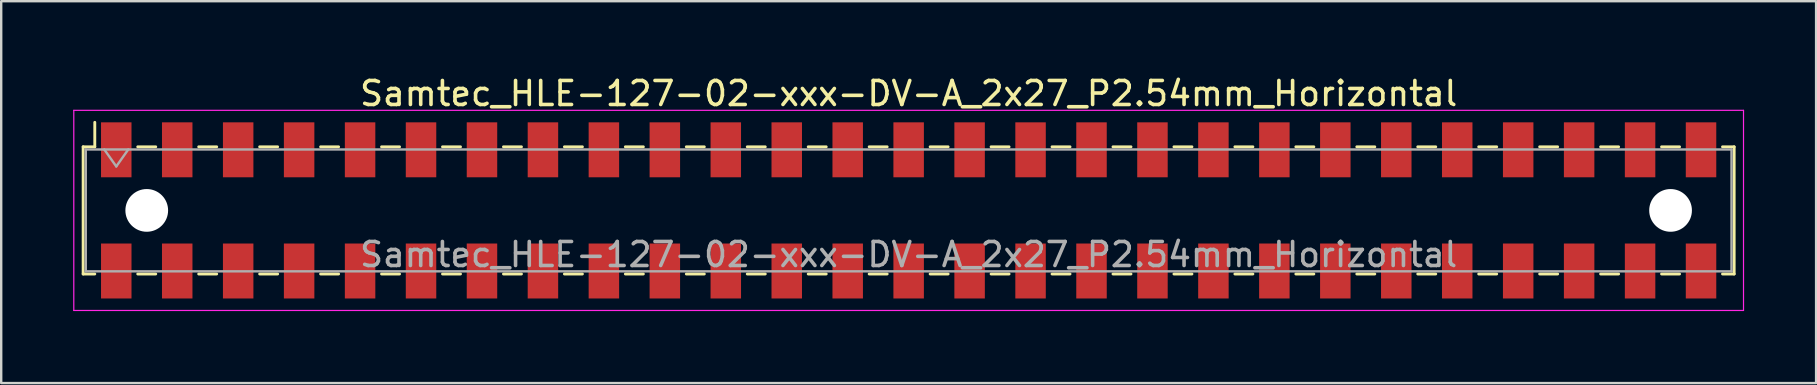
<source format=kicad_pcb>
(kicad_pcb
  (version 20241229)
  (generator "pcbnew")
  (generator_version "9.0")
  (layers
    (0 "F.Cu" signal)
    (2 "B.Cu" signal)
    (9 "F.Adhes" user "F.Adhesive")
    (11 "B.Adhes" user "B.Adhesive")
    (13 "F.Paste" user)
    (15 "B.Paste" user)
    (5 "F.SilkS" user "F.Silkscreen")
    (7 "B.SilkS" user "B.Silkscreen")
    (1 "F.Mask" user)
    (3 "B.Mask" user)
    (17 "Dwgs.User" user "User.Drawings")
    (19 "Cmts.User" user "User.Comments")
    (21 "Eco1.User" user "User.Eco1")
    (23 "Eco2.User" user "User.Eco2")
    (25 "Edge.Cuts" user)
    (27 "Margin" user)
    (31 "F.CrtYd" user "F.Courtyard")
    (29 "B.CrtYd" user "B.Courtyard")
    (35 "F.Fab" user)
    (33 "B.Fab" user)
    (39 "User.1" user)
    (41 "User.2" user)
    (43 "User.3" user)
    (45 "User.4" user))
  (footprint "Samtec_HLE-127-02-xxx-DV-A_2x27_P2.54mm_Horizontal"
    (layer "F.Cu")
    (at 34.815 5.718)
    (property "Reference" "Samtec_HLE-127-02-xxx-DV-A_2x27_P2.54mm_Horizontal" (at 0 -4.87 0) (layer "F.SilkS") (effects (font (size 1 1) (thickness 0.15))))
    (attr smd)
    (fp_line (start -34.4 -2.65) (end -34.4 2.65) (stroke (width 0.12) (type solid)) (layer "F.SilkS"))
    (fp_line (start -34.4 2.65) (end -33.915 2.65) (stroke (width 0.12) (type solid)) (layer "F.SilkS"))
    (fp_line (start -33.915 -3.67) (end -33.915 -2.65) (stroke (width 0.12) (type solid)) (layer "F.SilkS"))
    (fp_line (start -33.915 -2.65) (end -34.4 -2.65) (stroke (width 0.12) (type solid)) (layer "F.SilkS"))
    (fp_line (start -32.125 -2.65) (end -31.375 -2.65) (stroke (width 0.12) (type solid)) (layer "F.SilkS"))
    (fp_line (start -32.125 2.65) (end -31.375 2.65) (stroke (width 0.12) (type solid)) (layer "F.SilkS"))
    (fp_line (start -29.585 -2.65) (end -28.835 -2.65) (stroke (width 0.12) (type solid)) (layer "F.SilkS"))
    (fp_line (start -29.585 2.65) (end -28.835 2.65) (stroke (width 0.12) (type solid)) (layer "F.SilkS"))
    (fp_line (start -27.045 -2.65) (end -26.295 -2.65) (stroke (width 0.12) (type solid)) (layer "F.SilkS"))
    (fp_line (start -27.045 2.65) (end -26.295 2.65) (stroke (width 0.12) (type solid)) (layer "F.SilkS"))
    (fp_line (start -24.505 -2.65) (end -23.755 -2.65) (stroke (width 0.12) (type solid)) (layer "F.SilkS"))
    (fp_line (start -24.505 2.65) (end -23.755 2.65) (stroke (width 0.12) (type solid)) (layer "F.SilkS"))
    (fp_line (start -21.965 -2.65) (end -21.215 -2.65) (stroke (width 0.12) (type solid)) (layer "F.SilkS"))
    (fp_line (start -21.965 2.65) (end -21.215 2.65) (stroke (width 0.12) (type solid)) (layer "F.SilkS"))
    (fp_line (start -19.425 -2.65) (end -18.675 -2.65) (stroke (width 0.12) (type solid)) (layer "F.SilkS"))
    (fp_line (start -19.425 2.65) (end -18.675 2.65) (stroke (width 0.12) (type solid)) (layer "F.SilkS"))
    (fp_line (start -16.885 -2.65) (end -16.135 -2.65) (stroke (width 0.12) (type solid)) (layer "F.SilkS"))
    (fp_line (start -16.885 2.65) (end -16.135 2.65) (stroke (width 0.12) (type solid)) (layer "F.SilkS"))
    (fp_line (start -14.345 -2.65) (end -13.595 -2.65) (stroke (width 0.12) (type solid)) (layer "F.SilkS"))
    (fp_line (start -14.345 2.65) (end -13.595 2.65) (stroke (width 0.12) (type solid)) (layer "F.SilkS"))
    (fp_line (start -11.805 -2.65) (end -11.055 -2.65) (stroke (width 0.12) (type solid)) (layer "F.SilkS"))
    (fp_line (start -11.805 2.65) (end -11.055 2.65) (stroke (width 0.12) (type solid)) (layer "F.SilkS"))
    (fp_line (start -9.265 -2.65) (end -8.515 -2.65) (stroke (width 0.12) (type solid)) (layer "F.SilkS"))
    (fp_line (start -9.265 2.65) (end -8.515 2.65) (stroke (width 0.12) (type solid)) (layer "F.SilkS"))
    (fp_line (start -6.725 -2.65) (end -5.975 -2.65) (stroke (width 0.12) (type solid)) (layer "F.SilkS"))
    (fp_line (start -6.725 2.65) (end -5.975 2.65) (stroke (width 0.12) (type solid)) (layer "F.SilkS"))
    (fp_line (start -4.185 -2.65) (end -3.435 -2.65) (stroke (width 0.12) (type solid)) (layer "F.SilkS"))
    (fp_line (start -4.185 2.65) (end -3.435 2.65) (stroke (width 0.12) (type solid)) (layer "F.SilkS"))
    (fp_line (start -1.645 -2.65) (end -0.895 -2.65) (stroke (width 0.12) (type solid)) (layer "F.SilkS"))
    (fp_line (start -1.645 2.65) (end -0.895 2.65) (stroke (width 0.12) (type solid)) (layer "F.SilkS"))
    (fp_line (start 0.895 -2.65) (end 1.645 -2.65) (stroke (width 0.12) (type solid)) (layer "F.SilkS"))
    (fp_line (start 0.895 2.65) (end 1.645 2.65) (stroke (width 0.12) (type solid)) (layer "F.SilkS"))
    (fp_line (start 3.435 -2.65) (end 4.185 -2.65) (stroke (width 0.12) (type solid)) (layer "F.SilkS"))
    (fp_line (start 3.435 2.65) (end 4.185 2.65) (stroke (width 0.12) (type solid)) (layer "F.SilkS"))
    (fp_line (start 5.975 -2.65) (end 6.725 -2.65) (stroke (width 0.12) (type solid)) (layer "F.SilkS"))
    (fp_line (start 5.975 2.65) (end 6.725 2.65) (stroke (width 0.12) (type solid)) (layer "F.SilkS"))
    (fp_line (start 8.515 -2.65) (end 9.265 -2.65) (stroke (width 0.12) (type solid)) (layer "F.SilkS"))
    (fp_line (start 8.515 2.65) (end 9.265 2.65) (stroke (width 0.12) (type solid)) (layer "F.SilkS"))
    (fp_line (start 11.055 -2.65) (end 11.805 -2.65) (stroke (width 0.12) (type solid)) (layer "F.SilkS"))
    (fp_line (start 11.055 2.65) (end 11.805 2.65) (stroke (width 0.12) (type solid)) (layer "F.SilkS"))
    (fp_line (start 13.595 -2.65) (end 14.345 -2.65) (stroke (width 0.12) (type solid)) (layer "F.SilkS"))
    (fp_line (start 13.595 2.65) (end 14.345 2.65) (stroke (width 0.12) (type solid)) (layer "F.SilkS"))
    (fp_line (start 16.135 -2.65) (end 16.885 -2.65) (stroke (width 0.12) (type solid)) (layer "F.SilkS"))
    (fp_line (start 16.135 2.65) (end 16.885 2.65) (stroke (width 0.12) (type solid)) (layer "F.SilkS"))
    (fp_line (start 18.675 -2.65) (end 19.425 -2.65) (stroke (width 0.12) (type solid)) (layer "F.SilkS"))
    (fp_line (start 18.675 2.65) (end 19.425 2.65) (stroke (width 0.12) (type solid)) (layer "F.SilkS"))
    (fp_line (start 21.215 -2.65) (end 21.965 -2.65) (stroke (width 0.12) (type solid)) (layer "F.SilkS"))
    (fp_line (start 21.215 2.65) (end 21.965 2.65) (stroke (width 0.12) (type solid)) (layer "F.SilkS"))
    (fp_line (start 23.755 -2.65) (end 24.505 -2.65) (stroke (width 0.12) (type solid)) (layer "F.SilkS"))
    (fp_line (start 23.755 2.65) (end 24.505 2.65) (stroke (width 0.12) (type solid)) (layer "F.SilkS"))
    (fp_line (start 26.295 -2.65) (end 27.045 -2.65) (stroke (width 0.12) (type solid)) (layer "F.SilkS"))
    (fp_line (start 26.295 2.65) (end 27.045 2.65) (stroke (width 0.12) (type solid)) (layer "F.SilkS"))
    (fp_line (start 28.835 -2.65) (end 29.585 -2.65) (stroke (width 0.12) (type solid)) (layer "F.SilkS"))
    (fp_line (start 28.835 2.65) (end 29.585 2.65) (stroke (width 0.12) (type solid)) (layer "F.SilkS"))
    (fp_line (start 31.375 -2.65) (end 32.125 -2.65) (stroke (width 0.12) (type solid)) (layer "F.SilkS"))
    (fp_line (start 31.375 2.65) (end 32.125 2.65) (stroke (width 0.12) (type solid)) (layer "F.SilkS"))
    (fp_line (start 33.915 -2.65) (end 34.4 -2.65) (stroke (width 0.12) (type solid)) (layer "F.SilkS"))
    (fp_line (start 34.4 -2.65) (end 34.4 2.65) (stroke (width 0.12) (type solid)) (layer "F.SilkS"))
    (fp_line (start 34.4 2.65) (end 33.915 2.65) (stroke (width 0.12) (type solid)) (layer "F.SilkS"))
    (fp_line (start -34.79 -4.17) (end 34.79 -4.17) (stroke (width 0.05) (type solid)) (layer "F.CrtYd"))
    (fp_line (start -34.79 4.17) (end -34.79 -4.17) (stroke (width 0.05) (type solid)) (layer "F.CrtYd"))
    (fp_line (start 34.79 -4.17) (end 34.79 4.17) (stroke (width 0.05) (type solid)) (layer "F.CrtYd"))
    (fp_line (start 34.79 4.17) (end -34.79 4.17) (stroke (width 0.05) (type solid)) (layer "F.CrtYd"))
    (fp_line (start -34.29 -2.54) (end 34.29 -2.54) (stroke (width 0.1) (type solid)) (layer "F.Fab"))
    (fp_line (start -34.29 2.54) (end -34.29 -2.54) (stroke (width 0.1) (type solid)) (layer "F.Fab"))
    (fp_line (start -33.52 -2.54) (end -33.02 -1.833) (stroke (width 0.1) (type solid)) (layer "F.Fab"))
    (fp_line (start -33.02 -1.833) (end -32.52 -2.54) (stroke (width 0.1) (type solid)) (layer "F.Fab"))
    (fp_line (start 34.29 -2.54) (end 34.29 2.54) (stroke (width 0.1) (type solid)) (layer "F.Fab"))
    (fp_line (start 34.29 2.54) (end -34.29 2.54) (stroke (width 0.1) (type solid)) (layer "F.Fab"))
    (fp_text user "${REFERENCE}" (at 0 1.84 0) (layer "F.Fab") (effects (font (size 1 1) (thickness 0.15))))
    (pad "" np_thru_hole circle (at -31.75 0) (size 1.78 1.78) (drill 1.78) (layers "*.Cu" "*.Mask"))
    (pad "" np_thru_hole circle (at 31.75 0) (size 1.78 1.78) (drill 1.78) (layers "*.Cu" "*.Mask"))
    (pad "1" smd rect (at -33.02 -2.525) (size 1.27 2.29) (layers "F.Cu" "F.Mask" "F.Paste"))
    (pad "2" smd rect (at -33.02 2.525) (size 1.27 2.29) (layers "F.Cu" "F.Mask" "F.Paste"))
    (pad "3" smd rect (at -30.48 -2.525) (size 1.27 2.29) (layers "F.Cu" "F.Mask" "F.Paste"))
    (pad "4" smd rect (at -30.48 2.525) (size 1.27 2.29) (layers "F.Cu" "F.Mask" "F.Paste"))
    (pad "5" smd rect (at -27.94 -2.525) (size 1.27 2.29) (layers "F.Cu" "F.Mask" "F.Paste"))
    (pad "6" smd rect (at -27.94 2.525) (size 1.27 2.29) (layers "F.Cu" "F.Mask" "F.Paste"))
    (pad "7" smd rect (at -25.4 -2.525) (size 1.27 2.29) (layers "F.Cu" "F.Mask" "F.Paste"))
    (pad "8" smd rect (at -25.4 2.525) (size 1.27 2.29) (layers "F.Cu" "F.Mask" "F.Paste"))
    (pad "9" smd rect (at -22.86 -2.525) (size 1.27 2.29) (layers "F.Cu" "F.Mask" "F.Paste"))
    (pad "10" smd rect (at -22.86 2.525) (size 1.27 2.29) (layers "F.Cu" "F.Mask" "F.Paste"))
    (pad "11" smd rect (at -20.32 -2.525) (size 1.27 2.29) (layers "F.Cu" "F.Mask" "F.Paste"))
    (pad "12" smd rect (at -20.32 2.525) (size 1.27 2.29) (layers "F.Cu" "F.Mask" "F.Paste"))
    (pad "13" smd rect (at -17.78 -2.525) (size 1.27 2.29) (layers "F.Cu" "F.Mask" "F.Paste"))
    (pad "14" smd rect (at -17.78 2.525) (size 1.27 2.29) (layers "F.Cu" "F.Mask" "F.Paste"))
    (pad "15" smd rect (at -15.24 -2.525) (size 1.27 2.29) (layers "F.Cu" "F.Mask" "F.Paste"))
    (pad "16" smd rect (at -15.24 2.525) (size 1.27 2.29) (layers "F.Cu" "F.Mask" "F.Paste"))
    (pad "17" smd rect (at -12.7 -2.525) (size 1.27 2.29) (layers "F.Cu" "F.Mask" "F.Paste"))
    (pad "18" smd rect (at -12.7 2.525) (size 1.27 2.29) (layers "F.Cu" "F.Mask" "F.Paste"))
    (pad "19" smd rect (at -10.16 -2.525) (size 1.27 2.29) (layers "F.Cu" "F.Mask" "F.Paste"))
    (pad "20" smd rect (at -10.16 2.525) (size 1.27 2.29) (layers "F.Cu" "F.Mask" "F.Paste"))
    (pad "21" smd rect (at -7.62 -2.525) (size 1.27 2.29) (layers "F.Cu" "F.Mask" "F.Paste"))
    (pad "22" smd rect (at -7.62 2.525) (size 1.27 2.29) (layers "F.Cu" "F.Mask" "F.Paste"))
    (pad "23" smd rect (at -5.08 -2.525) (size 1.27 2.29) (layers "F.Cu" "F.Mask" "F.Paste"))
    (pad "24" smd rect (at -5.08 2.525) (size 1.27 2.29) (layers "F.Cu" "F.Mask" "F.Paste"))
    (pad "25" smd rect (at -2.54 -2.525) (size 1.27 2.29) (layers "F.Cu" "F.Mask" "F.Paste"))
    (pad "26" smd rect (at -2.54 2.525) (size 1.27 2.29) (layers "F.Cu" "F.Mask" "F.Paste"))
    (pad "27" smd rect (at 0 -2.525) (size 1.27 2.29) (layers "F.Cu" "F.Mask" "F.Paste"))
    (pad "28" smd rect (at 0 2.525) (size 1.27 2.29) (layers "F.Cu" "F.Mask" "F.Paste"))
    (pad "29" smd rect (at 2.54 -2.525) (size 1.27 2.29) (layers "F.Cu" "F.Mask" "F.Paste"))
    (pad "30" smd rect (at 2.54 2.525) (size 1.27 2.29) (layers "F.Cu" "F.Mask" "F.Paste"))
    (pad "31" smd rect (at 5.08 -2.525) (size 1.27 2.29) (layers "F.Cu" "F.Mask" "F.Paste"))
    (pad "32" smd rect (at 5.08 2.525) (size 1.27 2.29) (layers "F.Cu" "F.Mask" "F.Paste"))
    (pad "33" smd rect (at 7.62 -2.525) (size 1.27 2.29) (layers "F.Cu" "F.Mask" "F.Paste"))
    (pad "34" smd rect (at 7.62 2.525) (size 1.27 2.29) (layers "F.Cu" "F.Mask" "F.Paste"))
    (pad "35" smd rect (at 10.16 -2.525) (size 1.27 2.29) (layers "F.Cu" "F.Mask" "F.Paste"))
    (pad "36" smd rect (at 10.16 2.525) (size 1.27 2.29) (layers "F.Cu" "F.Mask" "F.Paste"))
    (pad "37" smd rect (at 12.7 -2.525) (size 1.27 2.29) (layers "F.Cu" "F.Mask" "F.Paste"))
    (pad "38" smd rect (at 12.7 2.525) (size 1.27 2.29) (layers "F.Cu" "F.Mask" "F.Paste"))
    (pad "39" smd rect (at 15.24 -2.525) (size 1.27 2.29) (layers "F.Cu" "F.Mask" "F.Paste"))
    (pad "40" smd rect (at 15.24 2.525) (size 1.27 2.29) (layers "F.Cu" "F.Mask" "F.Paste"))
    (pad "41" smd rect (at 17.78 -2.525) (size 1.27 2.29) (layers "F.Cu" "F.Mask" "F.Paste"))
    (pad "42" smd rect (at 17.78 2.525) (size 1.27 2.29) (layers "F.Cu" "F.Mask" "F.Paste"))
    (pad "43" smd rect (at 20.32 -2.525) (size 1.27 2.29) (layers "F.Cu" "F.Mask" "F.Paste"))
    (pad "44" smd rect (at 20.32 2.525) (size 1.27 2.29) (layers "F.Cu" "F.Mask" "F.Paste"))
    (pad "45" smd rect (at 22.86 -2.525) (size 1.27 2.29) (layers "F.Cu" "F.Mask" "F.Paste"))
    (pad "46" smd rect (at 22.86 2.525) (size 1.27 2.29) (layers "F.Cu" "F.Mask" "F.Paste"))
    (pad "47" smd rect (at 25.4 -2.525) (size 1.27 2.29) (layers "F.Cu" "F.Mask" "F.Paste"))
    (pad "48" smd rect (at 25.4 2.525) (size 1.27 2.29) (layers "F.Cu" "F.Mask" "F.Paste"))
    (pad "49" smd rect (at 27.94 -2.525) (size 1.27 2.29) (layers "F.Cu" "F.Mask" "F.Paste"))
    (pad "50" smd rect (at 27.94 2.525) (size 1.27 2.29) (layers "F.Cu" "F.Mask" "F.Paste"))
    (pad "51" smd rect (at 30.48 -2.525) (size 1.27 2.29) (layers "F.Cu" "F.Mask" "F.Paste"))
    (pad "52" smd rect (at 30.48 2.525) (size 1.27 2.29) (layers "F.Cu" "F.Mask" "F.Paste"))
    (pad "53" smd rect (at 33.02 -2.525) (size 1.27 2.29) (layers "F.Cu" "F.Mask" "F.Paste"))
    (pad "54" smd rect (at 33.02 2.525) (size 1.27 2.29) (layers "F.Cu" "F.Mask" "F.Paste")))
  (gr_rect
    (start -3 -3)
    (end 72.63 12.913)
    (stroke (width 0.1) (type default))
    (fill no)
    (layer "Edge.Cuts")))
</source>
